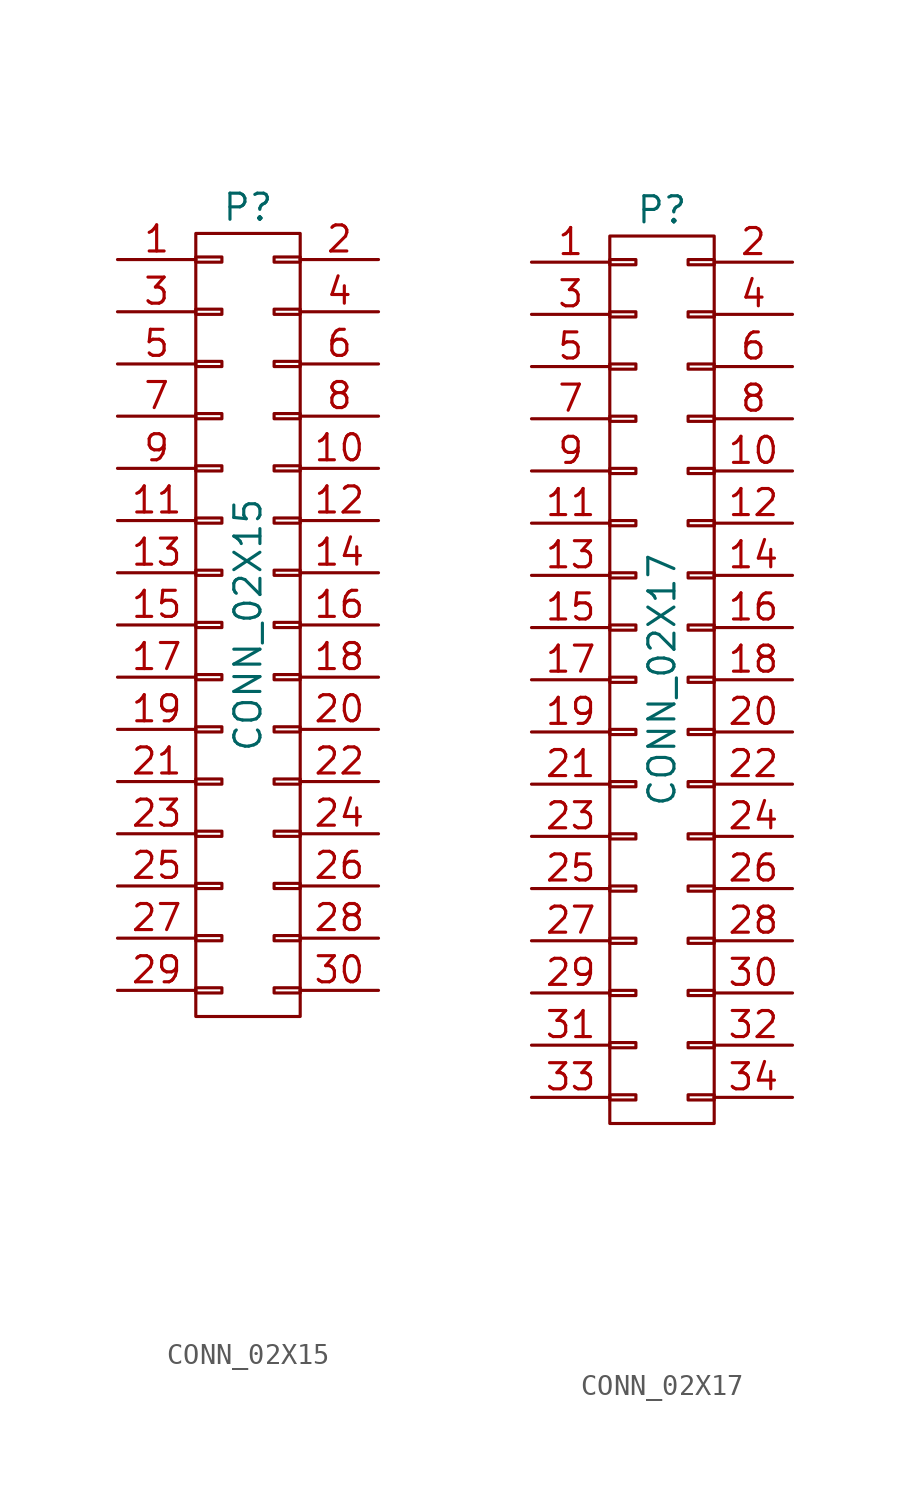
<source format=kicad_sym>
(kicad_symbol_lib
  (version 20211014)
  (generator kicad_symbol_editor)
  (symbol "CONN_02X15"
    (pin_names
      (offset 0.025) hide)
    (property "Reference" "P"
      (at 0 20.32 0)
      (effects (font (size 1.27 1.27))))
    (property "Value" "CONN_02X15"
      (at 0 0 90)
      (effects (font (size 1.27 1.27))))
    (property "Footprint" ""
      (at 0 -29.21 0)
      (effects (font (size 1.27 1.27))))
    (property "Datasheet" ""
      (at 0 -29.21 0)
      (effects (font (size 1.27 1.27))))
    (symbol "CONN_02X15_0_1"
      (rectangle (start -2.54 -17.653) (end -1.27 -17.907) (stroke (width 0) (type default) (color 0 0 0 0)) (fill (type none)))
      (rectangle (start -2.54 -15.113) (end -1.27 -15.367) (stroke (width 0) (type default) (color 0 0 0 0)) (fill (type none)))
      (rectangle (start -2.54 -12.573) (end -1.27 -12.827) (stroke (width 0) (type default) (color 0 0 0 0)) (fill (type none)))
      (rectangle (start -2.54 -10.033) (end -1.27 -10.287) (stroke (width 0) (type default) (color 0 0 0 0)) (fill (type none)))
      (rectangle (start -2.54 -7.493) (end -1.27 -7.747) (stroke (width 0) (type default) (color 0 0 0 0)) (fill (type none)))
      (rectangle (start -2.54 -4.953) (end -1.27 -5.207) (stroke (width 0) (type default) (color 0 0 0 0)) (fill (type none)))
      (rectangle (start -2.54 -2.413) (end -1.27 -2.667) (stroke (width 0) (type default) (color 0 0 0 0)) (fill (type none)))
      (rectangle (start -2.54 0.127) (end -1.27 -0.127) (stroke (width 0) (type default) (color 0 0 0 0)) (fill (type none)))
      (rectangle (start -2.54 2.667) (end -1.27 2.413) (stroke (width 0) (type default) (color 0 0 0 0)) (fill (type none)))
      (rectangle (start -2.54 5.207) (end -1.27 4.953) (stroke (width 0) (type default) (color 0 0 0 0)) (fill (type none)))
      (rectangle (start -2.54 7.747) (end -1.27 7.493) (stroke (width 0) (type default) (color 0 0 0 0)) (fill (type none)))
      (rectangle (start -2.54 10.287) (end -1.27 10.033) (stroke (width 0) (type default) (color 0 0 0 0)) (fill (type none)))
      (rectangle (start -2.54 12.827) (end -1.27 12.573) (stroke (width 0) (type default) (color 0 0 0 0)) (fill (type none)))
      (rectangle (start -2.54 15.367) (end -1.27 15.113) (stroke (width 0) (type default) (color 0 0 0 0)) (fill (type none)))
      (rectangle (start -2.54 17.907) (end -1.27 17.653) (stroke (width 0) (type default) (color 0 0 0 0)) (fill (type none)))
      (rectangle (start -2.54 19.05) (end 2.54 -19.05) (stroke (width 0) (type default) (color 0 0 0 0)) (fill (type none)))
      (rectangle (start 1.27 -17.653) (end 2.54 -17.907) (stroke (width 0) (type default) (color 0 0 0 0)) (fill (type none)))
      (rectangle (start 1.27 -15.113) (end 2.54 -15.367) (stroke (width 0) (type default) (color 0 0 0 0)) (fill (type none)))
      (rectangle (start 1.27 -12.573) (end 2.54 -12.827) (stroke (width 0) (type default) (color 0 0 0 0)) (fill (type none)))
      (rectangle (start 1.27 -10.033) (end 2.54 -10.287) (stroke (width 0) (type default) (color 0 0 0 0)) (fill (type none)))
      (rectangle (start 1.27 -7.493) (end 2.54 -7.747) (stroke (width 0) (type default) (color 0 0 0 0)) (fill (type none)))
      (rectangle (start 1.27 -4.953) (end 2.54 -5.207) (stroke (width 0) (type default) (color 0 0 0 0)) (fill (type none)))
      (rectangle (start 1.27 -2.413) (end 2.54 -2.667) (stroke (width 0) (type default) (color 0 0 0 0)) (fill (type none)))
      (rectangle (start 1.27 0.127) (end 2.54 -0.127) (stroke (width 0) (type default) (color 0 0 0 0)) (fill (type none)))
      (rectangle (start 1.27 2.667) (end 2.54 2.413) (stroke (width 0) (type default) (color 0 0 0 0)) (fill (type none)))
      (rectangle (start 1.27 5.207) (end 2.54 4.953) (stroke (width 0) (type default) (color 0 0 0 0)) (fill (type none)))
      (rectangle (start 1.27 7.747) (end 2.54 7.493) (stroke (width 0) (type default) (color 0 0 0 0)) (fill (type none)))
      (rectangle (start 1.27 10.287) (end 2.54 10.033) (stroke (width 0) (type default) (color 0 0 0 0)) (fill (type none)))
      (rectangle (start 1.27 12.827) (end 2.54 12.573) (stroke (width 0) (type default) (color 0 0 0 0)) (fill (type none)))
      (rectangle (start 1.27 15.367) (end 2.54 15.113) (stroke (width 0) (type default) (color 0 0 0 0)) (fill (type none)))
      (rectangle (start 1.27 17.907) (end 2.54 17.653) (stroke (width 0) (type default) (color 0 0 0 0)) (fill (type none))))
    (symbol "CONN_02X15_1_1"
      (pin passive line (at -6.35 17.78 0) (length 3.81) (name "P1" (effects (font (size 1.27 1.27)))) (number "1" (effects (font (size 1.27 1.27)))))
      (pin passive line (at 6.35 7.62 180) (length 3.81) (name "P10" (effects (font (size 1.27 1.27)))) (number "10" (effects (font (size 1.27 1.27)))))
      (pin passive line (at -6.35 5.08 0) (length 3.81) (name "P11" (effects (font (size 1.27 1.27)))) (number "11" (effects (font (size 1.27 1.27)))))
      (pin passive line (at 6.35 5.08 180) (length 3.81) (name "P12" (effects (font (size 1.27 1.27)))) (number "12" (effects (font (size 1.27 1.27)))))
      (pin passive line (at -6.35 2.54 0) (length 3.81) (name "P13" (effects (font (size 1.27 1.27)))) (number "13" (effects (font (size 1.27 1.27)))))
      (pin passive line (at 6.35 2.54 180) (length 3.81) (name "P14" (effects (font (size 1.27 1.27)))) (number "14" (effects (font (size 1.27 1.27)))))
      (pin passive line (at -6.35 0 0) (length 3.81) (name "P15" (effects (font (size 1.27 1.27)))) (number "15" (effects (font (size 1.27 1.27)))))
      (pin passive line (at 6.35 0 180) (length 3.81) (name "P16" (effects (font (size 1.27 1.27)))) (number "16" (effects (font (size 1.27 1.27)))))
      (pin passive line (at -6.35 -2.54 0) (length 3.81) (name "P17" (effects (font (size 1.27 1.27)))) (number "17" (effects (font (size 1.27 1.27)))))
      (pin passive line (at 6.35 -2.54 180) (length 3.81) (name "P18" (effects (font (size 1.27 1.27)))) (number "18" (effects (font (size 1.27 1.27)))))
      (pin passive line (at -6.35 -5.08 0) (length 3.81) (name "P19" (effects (font (size 1.27 1.27)))) (number "19" (effects (font (size 1.27 1.27)))))
      (pin passive line (at 6.35 17.78 180) (length 3.81) (name "P2" (effects (font (size 1.27 1.27)))) (number "2" (effects (font (size 1.27 1.27)))))
      (pin passive line (at 6.35 -5.08 180) (length 3.81) (name "P20" (effects (font (size 1.27 1.27)))) (number "20" (effects (font (size 1.27 1.27)))))
      (pin passive line (at -6.35 -7.62 0) (length 3.81) (name "P21" (effects (font (size 1.27 1.27)))) (number "21" (effects (font (size 1.27 1.27)))))
      (pin passive line (at 6.35 -7.62 180) (length 3.81) (name "P22" (effects (font (size 1.27 1.27)))) (number "22" (effects (font (size 1.27 1.27)))))
      (pin passive line (at -6.35 -10.16 0) (length 3.81) (name "P23" (effects (font (size 1.27 1.27)))) (number "23" (effects (font (size 1.27 1.27)))))
      (pin passive line (at 6.35 -10.16 180) (length 3.81) (name "P24" (effects (font (size 1.27 1.27)))) (number "24" (effects (font (size 1.27 1.27)))))
      (pin passive line (at -6.35 -12.7 0) (length 3.81) (name "P25" (effects (font (size 1.27 1.27)))) (number "25" (effects (font (size 1.27 1.27)))))
      (pin passive line (at 6.35 -12.7 180) (length 3.81) (name "P26" (effects (font (size 1.27 1.27)))) (number "26" (effects (font (size 1.27 1.27)))))
      (pin passive line (at -6.35 -15.24 0) (length 3.81) (name "P27" (effects (font (size 1.27 1.27)))) (number "27" (effects (font (size 1.27 1.27)))))
      (pin passive line (at 6.35 -15.24 180) (length 3.81) (name "P28" (effects (font (size 1.27 1.27)))) (number "28" (effects (font (size 1.27 1.27)))))
      (pin passive line (at -6.35 -17.78 0) (length 3.81) (name "P29" (effects (font (size 1.27 1.27)))) (number "29" (effects (font (size 1.27 1.27)))))
      (pin passive line (at -6.35 15.24 0) (length 3.81) (name "P3" (effects (font (size 1.27 1.27)))) (number "3" (effects (font (size 1.27 1.27)))))
      (pin passive line (at 6.35 -17.78 180) (length 3.81) (name "P30" (effects (font (size 1.27 1.27)))) (number "30" (effects (font (size 1.27 1.27)))))
      (pin passive line (at 6.35 15.24 180) (length 3.81) (name "P4" (effects (font (size 1.27 1.27)))) (number "4" (effects (font (size 1.27 1.27)))))
      (pin passive line (at -6.35 12.7 0) (length 3.81) (name "P5" (effects (font (size 1.27 1.27)))) (number "5" (effects (font (size 1.27 1.27)))))
      (pin passive line (at 6.35 12.7 180) (length 3.81) (name "P6" (effects (font (size 1.27 1.27)))) (number "6" (effects (font (size 1.27 1.27)))))
      (pin passive line (at -6.35 10.16 0) (length 3.81) (name "P7" (effects (font (size 1.27 1.27)))) (number "7" (effects (font (size 1.27 1.27)))))
      (pin passive line (at 6.35 10.16 180) (length 3.81) (name "P8" (effects (font (size 1.27 1.27)))) (number "8" (effects (font (size 1.27 1.27)))))
      (pin passive line (at -6.35 7.62 0) (length 3.81) (name "P9" (effects (font (size 1.27 1.27)))) (number "9" (effects (font (size 1.27 1.27)))))))
  (symbol "CONN_02X17"
    (pin_names
      (offset 0.025) hide)
    (property "Reference" "P"
      (at 0 22.86 0)
      (effects (font (size 1.27 1.27))))
    (property "Value" "CONN_02X17"
      (at 0 0 90)
      (effects (font (size 1.27 1.27))))
    (property "Footprint" ""
      (at 0 -27.94 0)
      (effects (font (size 1.27 1.27))))
    (property "Datasheet" ""
      (at 0 -27.94 0)
      (effects (font (size 1.27 1.27))))
    (symbol "CONN_02X17_0_1"
      (rectangle (start -2.54 -20.193) (end -1.27 -20.447) (stroke (width 0) (type default) (color 0 0 0 0)) (fill (type none)))
      (rectangle (start -2.54 -17.653) (end -1.27 -17.907) (stroke (width 0) (type default) (color 0 0 0 0)) (fill (type none)))
      (rectangle (start -2.54 -15.113) (end -1.27 -15.367) (stroke (width 0) (type default) (color 0 0 0 0)) (fill (type none)))
      (rectangle (start -2.54 -12.573) (end -1.27 -12.827) (stroke (width 0) (type default) (color 0 0 0 0)) (fill (type none)))
      (rectangle (start -2.54 -10.033) (end -1.27 -10.287) (stroke (width 0) (type default) (color 0 0 0 0)) (fill (type none)))
      (rectangle (start -2.54 -7.493) (end -1.27 -7.747) (stroke (width 0) (type default) (color 0 0 0 0)) (fill (type none)))
      (rectangle (start -2.54 -4.953) (end -1.27 -5.207) (stroke (width 0) (type default) (color 0 0 0 0)) (fill (type none)))
      (rectangle (start -2.54 -2.413) (end -1.27 -2.667) (stroke (width 0) (type default) (color 0 0 0 0)) (fill (type none)))
      (rectangle (start -2.54 0.127) (end -1.27 -0.127) (stroke (width 0) (type default) (color 0 0 0 0)) (fill (type none)))
      (rectangle (start -2.54 2.667) (end -1.27 2.413) (stroke (width 0) (type default) (color 0 0 0 0)) (fill (type none)))
      (rectangle (start -2.54 5.207) (end -1.27 4.953) (stroke (width 0) (type default) (color 0 0 0 0)) (fill (type none)))
      (rectangle (start -2.54 7.747) (end -1.27 7.493) (stroke (width 0) (type default) (color 0 0 0 0)) (fill (type none)))
      (rectangle (start -2.54 10.287) (end -1.27 10.033) (stroke (width 0) (type default) (color 0 0 0 0)) (fill (type none)))
      (rectangle (start -2.54 12.827) (end -1.27 12.573) (stroke (width 0) (type default) (color 0 0 0 0)) (fill (type none)))
      (rectangle (start -2.54 15.367) (end -1.27 15.113) (stroke (width 0) (type default) (color 0 0 0 0)) (fill (type none)))
      (rectangle (start -2.54 17.907) (end -1.27 17.653) (stroke (width 0) (type default) (color 0 0 0 0)) (fill (type none)))
      (rectangle (start -2.54 20.447) (end -1.27 20.193) (stroke (width 0) (type default) (color 0 0 0 0)) (fill (type none)))
      (rectangle (start -2.54 21.59) (end 2.54 -21.59) (stroke (width 0) (type default) (color 0 0 0 0)) (fill (type none)))
      (rectangle (start 1.27 -20.193) (end 2.54 -20.447) (stroke (width 0) (type default) (color 0 0 0 0)) (fill (type none)))
      (rectangle (start 1.27 -17.653) (end 2.54 -17.907) (stroke (width 0) (type default) (color 0 0 0 0)) (fill (type none)))
      (rectangle (start 1.27 -15.113) (end 2.54 -15.367) (stroke (width 0) (type default) (color 0 0 0 0)) (fill (type none)))
      (rectangle (start 1.27 -12.573) (end 2.54 -12.827) (stroke (width 0) (type default) (color 0 0 0 0)) (fill (type none)))
      (rectangle (start 1.27 -10.033) (end 2.54 -10.287) (stroke (width 0) (type default) (color 0 0 0 0)) (fill (type none)))
      (rectangle (start 1.27 -7.493) (end 2.54 -7.747) (stroke (width 0) (type default) (color 0 0 0 0)) (fill (type none)))
      (rectangle (start 1.27 -4.953) (end 2.54 -5.207) (stroke (width 0) (type default) (color 0 0 0 0)) (fill (type none)))
      (rectangle (start 1.27 -2.413) (end 2.54 -2.667) (stroke (width 0) (type default) (color 0 0 0 0)) (fill (type none)))
      (rectangle (start 1.27 0.127) (end 2.54 -0.127) (stroke (width 0) (type default) (color 0 0 0 0)) (fill (type none)))
      (rectangle (start 1.27 2.667) (end 2.54 2.413) (stroke (width 0) (type default) (color 0 0 0 0)) (fill (type none)))
      (rectangle (start 1.27 5.207) (end 2.54 4.953) (stroke (width 0) (type default) (color 0 0 0 0)) (fill (type none)))
      (rectangle (start 1.27 7.747) (end 2.54 7.493) (stroke (width 0) (type default) (color 0 0 0 0)) (fill (type none)))
      (rectangle (start 1.27 10.287) (end 2.54 10.033) (stroke (width 0) (type default) (color 0 0 0 0)) (fill (type none)))
      (rectangle (start 1.27 12.827) (end 2.54 12.573) (stroke (width 0) (type default) (color 0 0 0 0)) (fill (type none)))
      (rectangle (start 1.27 15.367) (end 2.54 15.113) (stroke (width 0) (type default) (color 0 0 0 0)) (fill (type none)))
      (rectangle (start 1.27 17.907) (end 2.54 17.653) (stroke (width 0) (type default) (color 0 0 0 0)) (fill (type none)))
      (rectangle (start 1.27 20.447) (end 2.54 20.193) (stroke (width 0) (type default) (color 0 0 0 0)) (fill (type none))))
    (symbol "CONN_02X17_1_1"
      (pin passive line (at -6.35 20.32 0) (length 3.81) (name "P1" (effects (font (size 1.27 1.27)))) (number "1" (effects (font (size 1.27 1.27)))))
      (pin passive line (at 6.35 10.16 180) (length 3.81) (name "P10" (effects (font (size 1.27 1.27)))) (number "10" (effects (font (size 1.27 1.27)))))
      (pin passive line (at -6.35 7.62 0) (length 3.81) (name "P11" (effects (font (size 1.27 1.27)))) (number "11" (effects (font (size 1.27 1.27)))))
      (pin passive line (at 6.35 7.62 180) (length 3.81) (name "P12" (effects (font (size 1.27 1.27)))) (number "12" (effects (font (size 1.27 1.27)))))
      (pin passive line (at -6.35 5.08 0) (length 3.81) (name "P13" (effects (font (size 1.27 1.27)))) (number "13" (effects (font (size 1.27 1.27)))))
      (pin passive line (at 6.35 5.08 180) (length 3.81) (name "P14" (effects (font (size 1.27 1.27)))) (number "14" (effects (font (size 1.27 1.27)))))
      (pin passive line (at -6.35 2.54 0) (length 3.81) (name "P15" (effects (font (size 1.27 1.27)))) (number "15" (effects (font (size 1.27 1.27)))))
      (pin passive line (at 6.35 2.54 180) (length 3.81) (name "P16" (effects (font (size 1.27 1.27)))) (number "16" (effects (font (size 1.27 1.27)))))
      (pin passive line (at -6.35 0 0) (length 3.81) (name "P17" (effects (font (size 1.27 1.27)))) (number "17" (effects (font (size 1.27 1.27)))))
      (pin passive line (at 6.35 0 180) (length 3.81) (name "P18" (effects (font (size 1.27 1.27)))) (number "18" (effects (font (size 1.27 1.27)))))
      (pin passive line (at -6.35 -2.54 0) (length 3.81) (name "P19" (effects (font (size 1.27 1.27)))) (number "19" (effects (font (size 1.27 1.27)))))
      (pin passive line (at 6.35 20.32 180) (length 3.81) (name "P2" (effects (font (size 1.27 1.27)))) (number "2" (effects (font (size 1.27 1.27)))))
      (pin passive line (at 6.35 -2.54 180) (length 3.81) (name "P20" (effects (font (size 1.27 1.27)))) (number "20" (effects (font (size 1.27 1.27)))))
      (pin passive line (at -6.35 -5.08 0) (length 3.81) (name "P21" (effects (font (size 1.27 1.27)))) (number "21" (effects (font (size 1.27 1.27)))))
      (pin passive line (at 6.35 -5.08 180) (length 3.81) (name "P22" (effects (font (size 1.27 1.27)))) (number "22" (effects (font (size 1.27 1.27)))))
      (pin passive line (at -6.35 -7.62 0) (length 3.81) (name "P23" (effects (font (size 1.27 1.27)))) (number "23" (effects (font (size 1.27 1.27)))))
      (pin passive line (at 6.35 -7.62 180) (length 3.81) (name "P24" (effects (font (size 1.27 1.27)))) (number "24" (effects (font (size 1.27 1.27)))))
      (pin passive line (at -6.35 -10.16 0) (length 3.81) (name "P25" (effects (font (size 1.27 1.27)))) (number "25" (effects (font (size 1.27 1.27)))))
      (pin passive line (at 6.35 -10.16 180) (length 3.81) (name "P26" (effects (font (size 1.27 1.27)))) (number "26" (effects (font (size 1.27 1.27)))))
      (pin passive line (at -6.35 -12.7 0) (length 3.81) (name "P27" (effects (font (size 1.27 1.27)))) (number "27" (effects (font (size 1.27 1.27)))))
      (pin passive line (at 6.35 -12.7 180) (length 3.81) (name "P28" (effects (font (size 1.27 1.27)))) (number "28" (effects (font (size 1.27 1.27)))))
      (pin passive line (at -6.35 -15.24 0) (length 3.81) (name "P29" (effects (font (size 1.27 1.27)))) (number "29" (effects (font (size 1.27 1.27)))))
      (pin passive line (at -6.35 17.78 0) (length 3.81) (name "P3" (effects (font (size 1.27 1.27)))) (number "3" (effects (font (size 1.27 1.27)))))
      (pin passive line (at 6.35 -15.24 180) (length 3.81) (name "P30" (effects (font (size 1.27 1.27)))) (number "30" (effects (font (size 1.27 1.27)))))
      (pin passive line (at -6.35 -17.78 0) (length 3.81) (name "P31" (effects (font (size 1.27 1.27)))) (number "31" (effects (font (size 1.27 1.27)))))
      (pin passive line (at 6.35 -17.78 180) (length 3.81) (name "P32" (effects (font (size 1.27 1.27)))) (number "32" (effects (font (size 1.27 1.27)))))
      (pin passive line (at -6.35 -20.32 0) (length 3.81) (name "P33" (effects (font (size 1.27 1.27)))) (number "33" (effects (font (size 1.27 1.27)))))
      (pin passive line (at 6.35 -20.32 180) (length 3.81) (name "P34" (effects (font (size 1.27 1.27)))) (number "34" (effects (font (size 1.27 1.27)))))
      (pin passive line (at 6.35 17.78 180) (length 3.81) (name "P4" (effects (font (size 1.27 1.27)))) (number "4" (effects (font (size 1.27 1.27)))))
      (pin passive line (at -6.35 15.24 0) (length 3.81) (name "P5" (effects (font (size 1.27 1.27)))) (number "5" (effects (font (size 1.27 1.27)))))
      (pin passive line (at 6.35 15.24 180) (length 3.81) (name "P6" (effects (font (size 1.27 1.27)))) (number "6" (effects (font (size 1.27 1.27)))))
      (pin passive line (at -6.35 12.7 0) (length 3.81) (name "P7" (effects (font (size 1.27 1.27)))) (number "7" (effects (font (size 1.27 1.27)))))
      (pin passive line (at 6.35 12.7 180) (length 3.81) (name "P8" (effects (font (size 1.27 1.27)))) (number "8" (effects (font (size 1.27 1.27)))))
      (pin passive line (at -6.35 10.16 0) (length 3.81) (name "P9" (effects (font (size 1.27 1.27)))) (number "9" (effects (font (size 1.27 1.27))))))))
</source>
